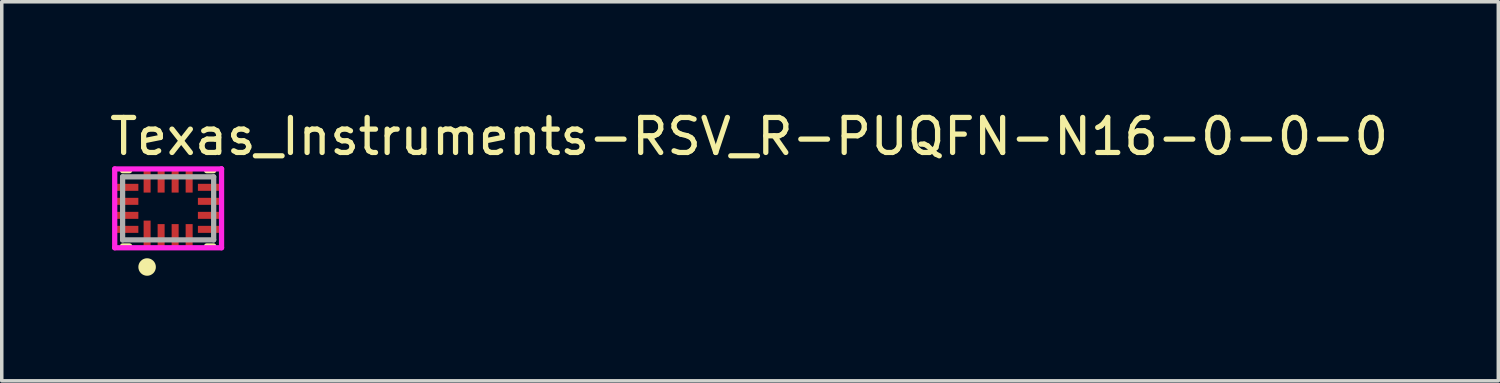
<source format=kicad_pcb>
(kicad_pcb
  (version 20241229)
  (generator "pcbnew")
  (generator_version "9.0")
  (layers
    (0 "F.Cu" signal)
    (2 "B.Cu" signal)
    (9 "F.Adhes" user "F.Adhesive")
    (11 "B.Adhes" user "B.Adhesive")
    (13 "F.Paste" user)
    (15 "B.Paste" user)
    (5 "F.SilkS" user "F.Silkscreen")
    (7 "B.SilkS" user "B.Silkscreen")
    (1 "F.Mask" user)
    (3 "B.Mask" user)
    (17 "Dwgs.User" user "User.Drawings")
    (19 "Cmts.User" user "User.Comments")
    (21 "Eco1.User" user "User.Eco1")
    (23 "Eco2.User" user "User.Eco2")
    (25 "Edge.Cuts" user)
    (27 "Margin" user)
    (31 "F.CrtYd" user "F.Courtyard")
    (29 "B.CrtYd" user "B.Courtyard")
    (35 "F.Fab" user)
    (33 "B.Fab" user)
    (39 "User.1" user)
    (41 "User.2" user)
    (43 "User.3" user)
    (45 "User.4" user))
  (footprint "Texas_Instruments-RSV_R-PUQFN-N16-0-0-0"
    (layer "F.Cu")
    (at 1.75 2.898)
    (property "Reference" "Texas_Instruments-RSV_R-PUQFN-N16-0-0-0" (at -1.75 -2.05 0) (layer "F.SilkS") (effects (font (size 1 1) (thickness 0.15)) (justify left)))
    (attr through_hole)
    (fp_line (start -1.3 -1.075) (end -1.1 -1.075) (stroke (width 0.15) (type solid)) (layer "F.SilkS"))
    (fp_line (start -1.3 1.075) (end -1.1 1.075) (stroke (width 0.15) (type solid)) (layer "F.SilkS"))
    (fp_line (start 1.3 -1.075) (end 1.1 -1.075) (stroke (width 0.15) (type solid)) (layer "F.SilkS"))
    (fp_line (start 1.3 1.075) (end 1.1 1.075) (stroke (width 0.15) (type solid)) (layer "F.SilkS"))
    (fp_circle (center -0.6 1.675) (end -0.475 1.675) (stroke (width 0.25) (type solid)) (fill no) (layer "F.SilkS"))
    (fp_line (start -1.525 -1.125) (end -1.525 1.125) (stroke (width 0.15) (type solid)) (layer "F.CrtYd"))
    (fp_line (start -1.525 1.125) (end 1.525 1.125) (stroke (width 0.15) (type solid)) (layer "F.CrtYd"))
    (fp_line (start 1.525 -1.125) (end -1.525 -1.125) (stroke (width 0.15) (type solid)) (layer "F.CrtYd"))
    (fp_line (start 1.525 -1.125) (end 1.525 -1.125) (stroke (width 0.15) (type solid)) (layer "F.CrtYd"))
    (fp_line (start 1.525 1.125) (end 1.525 -1.125) (stroke (width 0.15) (type solid)) (layer "F.CrtYd"))
    (fp_line (start -1.3 -0.9) (end 1.3 -0.9) (stroke (width 0.15) (type solid)) (layer "F.Fab"))
    (fp_line (start -1.3 0.9) (end -1.3 -0.9) (stroke (width 0.15) (type solid)) (layer "F.Fab"))
    (fp_line (start 1.3 -0.9) (end 1.3 0.9) (stroke (width 0.15) (type solid)) (layer "F.Fab"))
    (fp_line (start 1.3 0.9) (end -1.3 0.9) (stroke (width 0.15) (type solid)) (layer "F.Fab"))
    (pad "1" smd rect (at -0.6 0.725) (size 0.2 0.75) (layers "F.Cu" "F.Mask" "F.Paste"))
    (pad "2" smd rect (at -0.2 0.775) (size 0.2 0.65) (layers "F.Cu" "F.Mask" "F.Paste"))
    (pad "3" smd rect (at 0.2 0.775) (size 0.2 0.65) (layers "F.Cu" "F.Mask" "F.Paste"))
    (pad "4" smd rect (at 0.6 0.775) (size 0.2 0.65) (layers "F.Cu" "F.Mask" "F.Paste"))
    (pad "5" smd rect (at 1.175 0.6) (size 0.65 0.2) (layers "F.Cu" "F.Mask" "F.Paste"))
    (pad "6" smd rect (at 1.175 0.2) (size 0.65 0.2) (layers "F.Cu" "F.Mask" "F.Paste"))
    (pad "7" smd rect (at 1.175 -0.2) (size 0.65 0.2) (layers "F.Cu" "F.Mask" "F.Paste"))
    (pad "8" smd rect (at 1.175 -0.6) (size 0.65 0.2) (layers "F.Cu" "F.Mask" "F.Paste"))
    (pad "9" smd rect (at 0.6 -0.775) (size 0.2 0.65) (layers "F.Cu" "F.Mask" "F.Paste"))
    (pad "10" smd rect (at 0.2 -0.775) (size 0.2 0.65) (layers "F.Cu" "F.Mask" "F.Paste"))
    (pad "11" smd rect (at -0.2 -0.775) (size 0.2 0.65) (layers "F.Cu" "F.Mask" "F.Paste"))
    (pad "12" smd rect (at -0.6 -0.775) (size 0.2 0.65) (layers "F.Cu" "F.Mask" "F.Paste"))
    (pad "13" smd rect (at -1.175 -0.6) (size 0.65 0.2) (layers "F.Cu" "F.Mask" "F.Paste"))
    (pad "14" smd rect (at -1.175 -0.2) (size 0.65 0.2) (layers "F.Cu" "F.Mask" "F.Paste"))
    (pad "15" smd rect (at -1.175 0.2) (size 0.65 0.2) (layers "F.Cu" "F.Mask" "F.Paste"))
    (pad "16" smd rect (at -1.175 0.6) (size 0.65 0.2) (layers "F.Cu" "F.Mask" "F.Paste")))
  (gr_rect
    (start -3 -3)
    (end 39.726 7.823)
    (stroke (width 0.1) (type default))
    (fill no)
    (layer "Edge.Cuts")))
</source>
